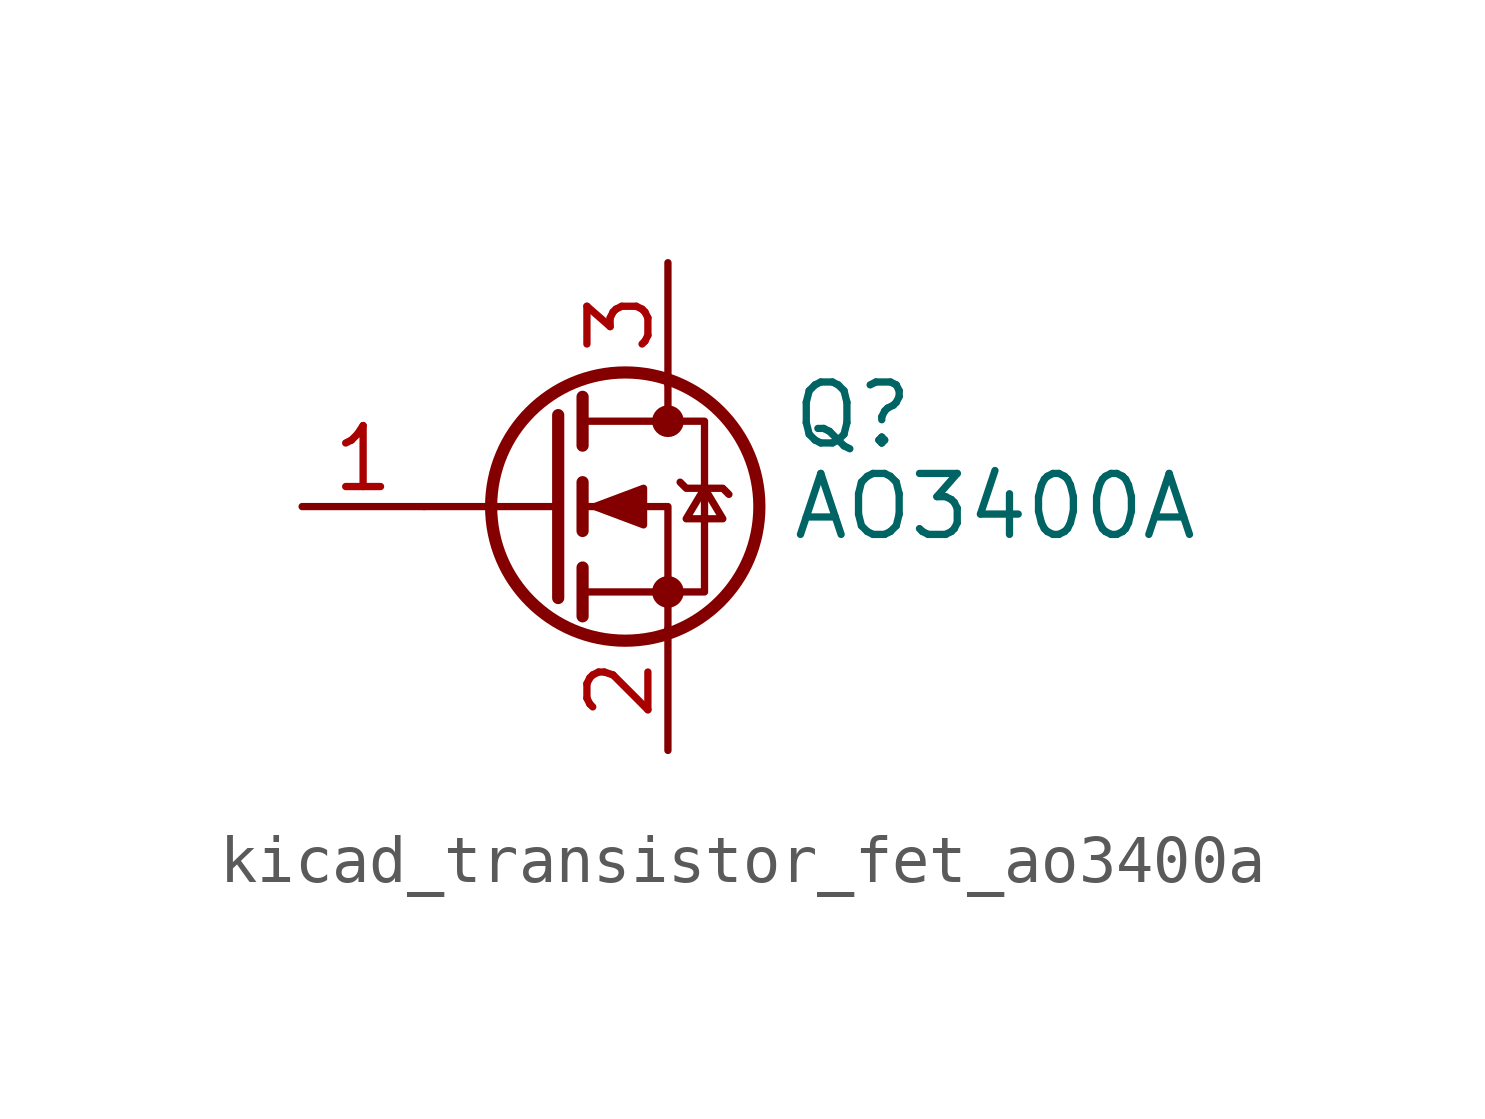
<source format=kicad_sym>
(kicad_symbol_lib
  (version 20220914)
  (generator kicad_symbol_editor)
  (symbol "kicad_transistor_fet_ao3400a"
    (pin_names hide)
    (property "Reference" "Q"
      (at 5.08 1.905 0)
      (effects (font (size 1.27 1.27)) (justify left)))
    (property "Value" "AO3400A"
      (at 5.08 0 0)
      (effects (font (size 1.27 1.27)) (justify left)))
    (symbol "kicad_transistor_fet_ao3400a_0_1"
      (polyline (pts (xy 0.254 0) (xy -2.54 0)) (stroke (width 0) (type default)) (fill (type none)))
      (polyline (pts (xy 0.254 1.905) (xy 0.254 -1.905)) (stroke (width 0.254) (type default)) (fill (type none)))
      (polyline (pts (xy 0.762 -1.27) (xy 0.762 -2.286)) (stroke (width 0.254) (type default)) (fill (type none)))
      (polyline (pts (xy 0.762 0.508) (xy 0.762 -0.508)) (stroke (width 0.254) (type default)) (fill (type none)))
      (polyline (pts (xy 0.762 2.286) (xy 0.762 1.27)) (stroke (width 0.254) (type default)) (fill (type none)))
      (polyline (pts (xy 2.54 2.54) (xy 2.54 1.778)) (stroke (width 0) (type default)) (fill (type none)))
      (polyline (pts (xy 2.54 -2.54) (xy 2.54 0) (xy 0.762 0)) (stroke (width 0) (type default)) (fill (type none)))
      (polyline (pts (xy 0.762 -1.778) (xy 3.302 -1.778) (xy 3.302 1.778) (xy 0.762 1.778)) (stroke (width 0) (type default)) (fill (type none)))
      (polyline (pts (xy 1.016 0) (xy 2.032 0.381) (xy 2.032 -0.381) (xy 1.016 0)) (stroke (width 0) (type default)) (fill (type outline)))
      (polyline (pts (xy 2.794 0.508) (xy 2.921 0.381) (xy 3.683 0.381) (xy 3.81 0.254)) (stroke (width 0) (type default)) (fill (type none)))
      (polyline (pts (xy 3.302 0.381) (xy 2.921 -0.254) (xy 3.683 -0.254) (xy 3.302 0.381)) (stroke (width 0) (type default)) (fill (type none)))
      (circle (center 1.651 0) (radius 2.794) (stroke (width 0.254) (type default)) (fill (type none)))
      (circle (center 2.54 -1.778) (radius 0.254) (stroke (width 0) (type default)) (fill (type outline)))
      (circle (center 2.54 1.778) (radius 0.254) (stroke (width 0) (type default)) (fill (type outline))))
    (symbol "kicad_transistor_fet_ao3400a_1_1"
      (pin input line (at -5.08 0 0) (length 2.54) (name "G" (effects (font (size 1.27 1.27)))) (number "1" (effects (font (size 1.27 1.27)))))
      (pin passive line (at 2.54 -5.08 90) (length 2.54) (name "S" (effects (font (size 1.27 1.27)))) (number "2" (effects (font (size 1.27 1.27)))))
      (pin passive line (at 2.54 5.08 270) (length 2.54) (name "D" (effects (font (size 1.27 1.27)))) (number "3" (effects (font (size 1.27 1.27))))))))
</source>
